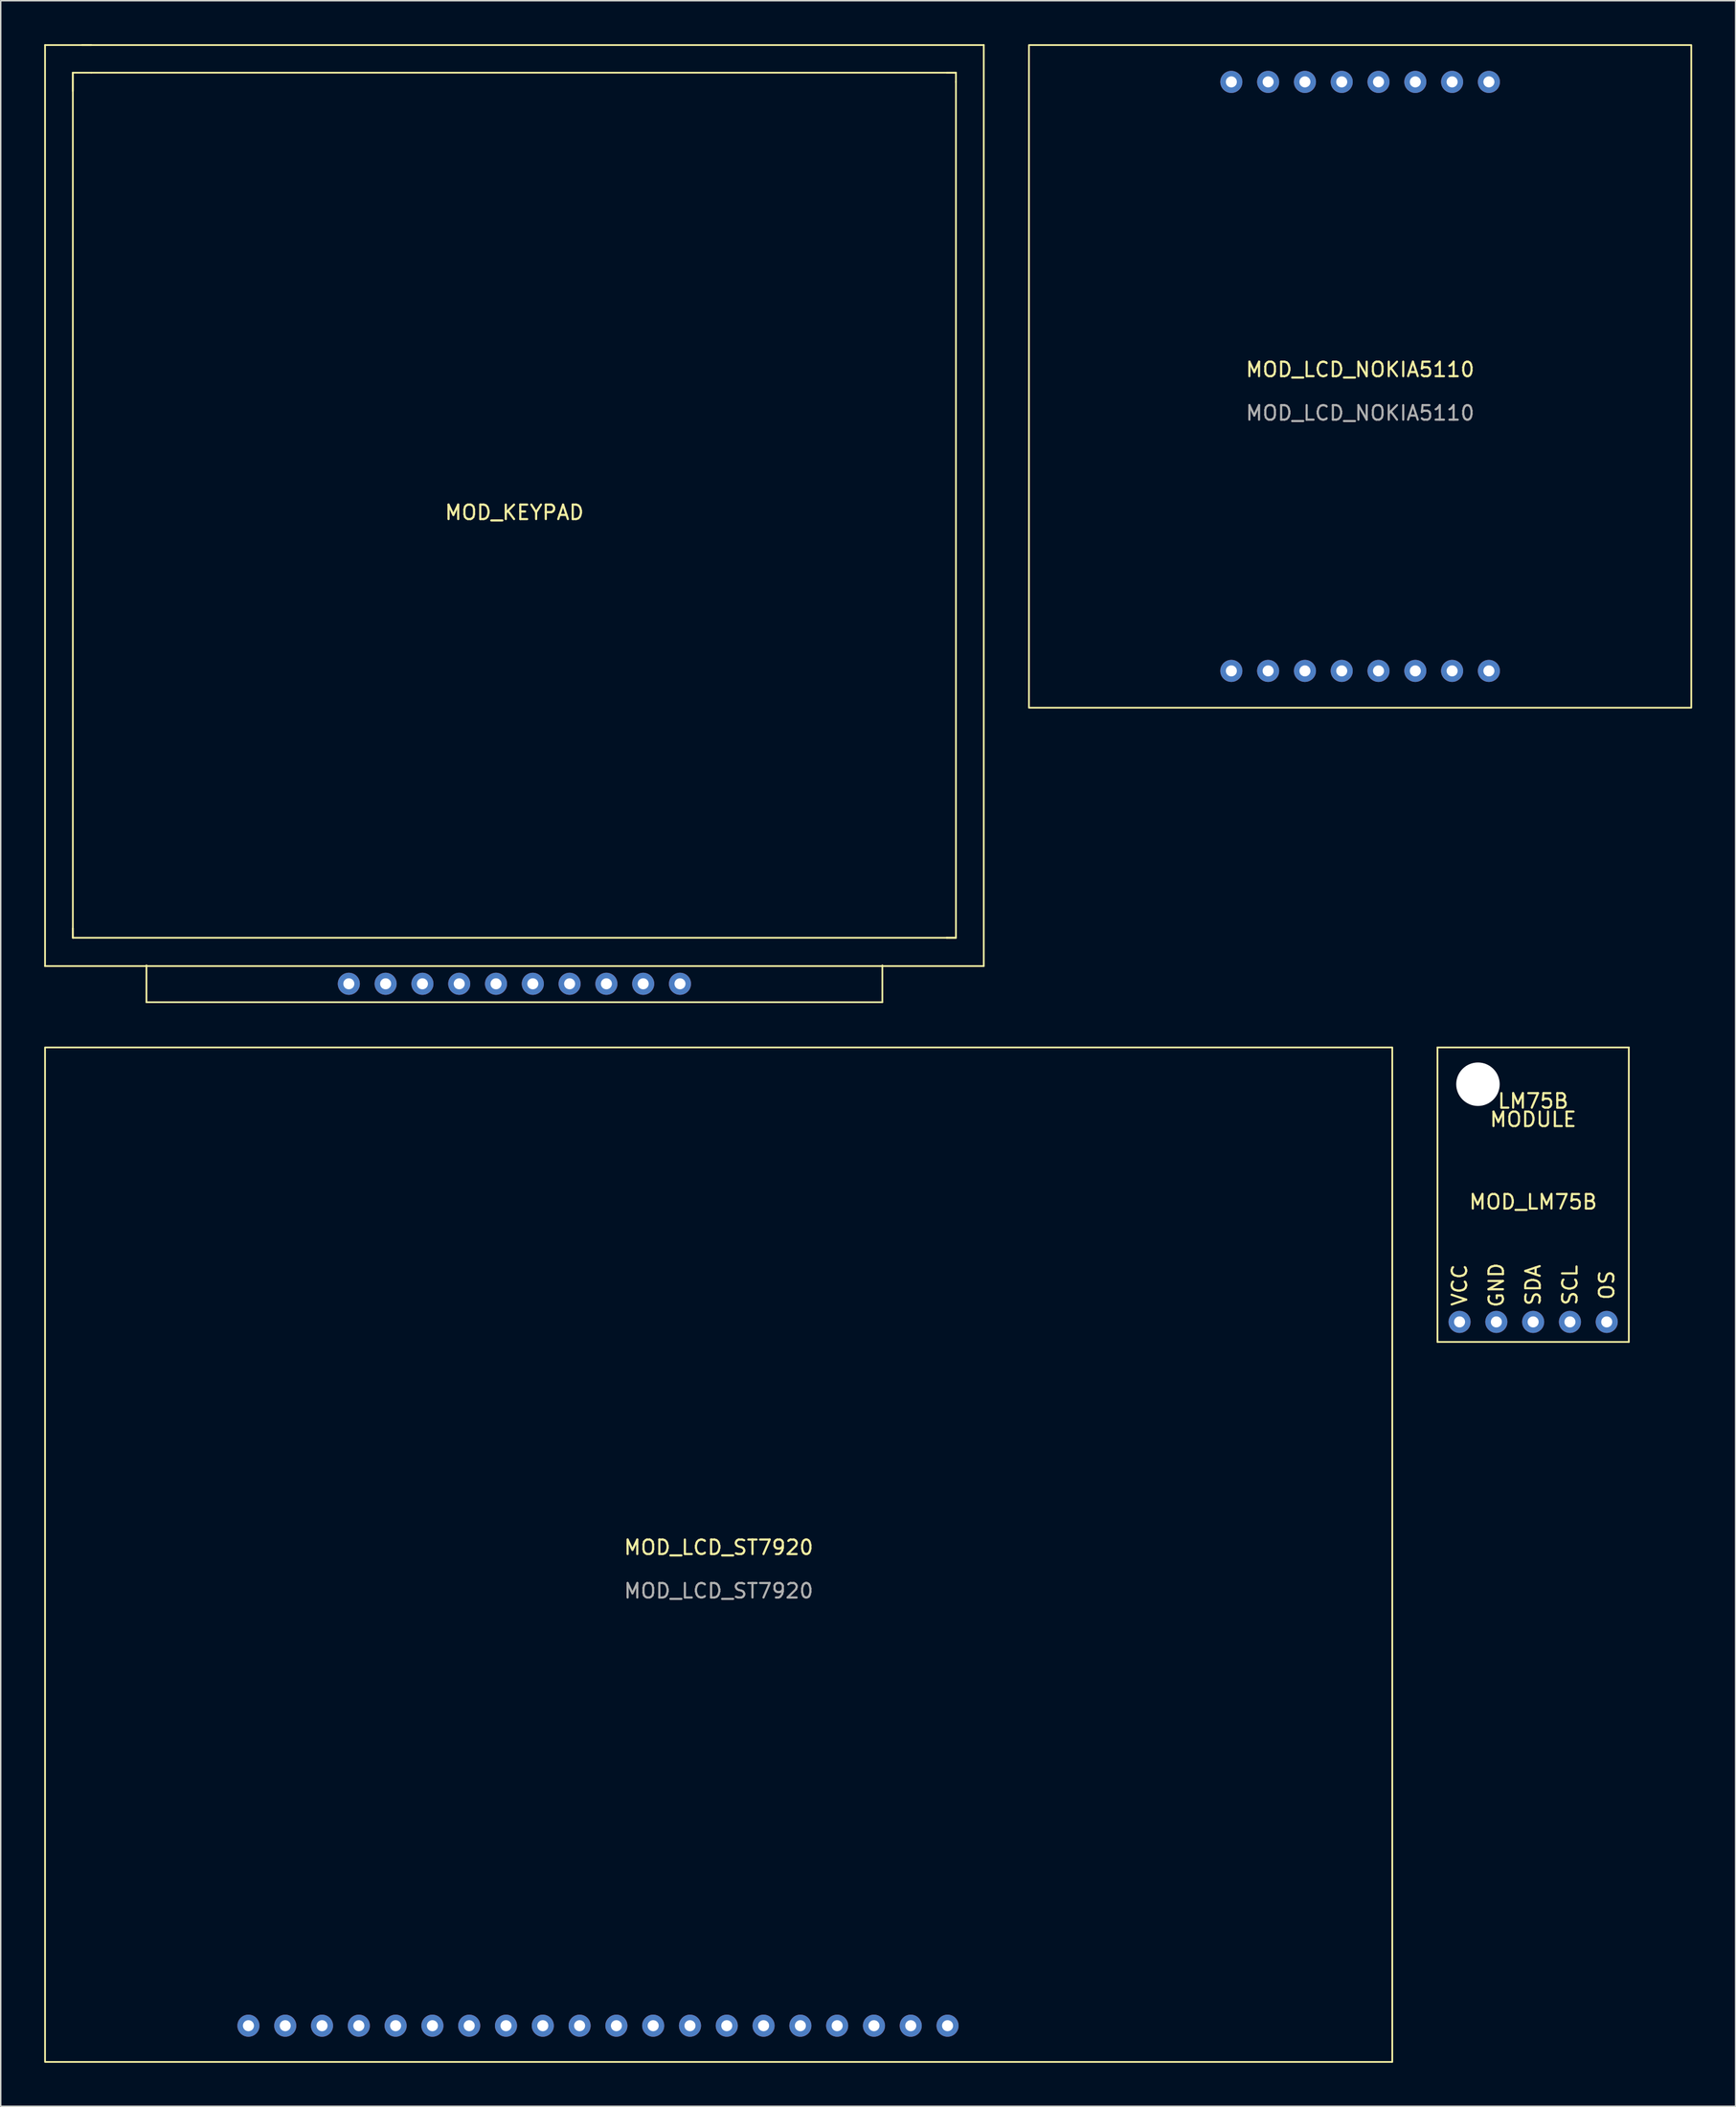
<source format=kicad_pcb>
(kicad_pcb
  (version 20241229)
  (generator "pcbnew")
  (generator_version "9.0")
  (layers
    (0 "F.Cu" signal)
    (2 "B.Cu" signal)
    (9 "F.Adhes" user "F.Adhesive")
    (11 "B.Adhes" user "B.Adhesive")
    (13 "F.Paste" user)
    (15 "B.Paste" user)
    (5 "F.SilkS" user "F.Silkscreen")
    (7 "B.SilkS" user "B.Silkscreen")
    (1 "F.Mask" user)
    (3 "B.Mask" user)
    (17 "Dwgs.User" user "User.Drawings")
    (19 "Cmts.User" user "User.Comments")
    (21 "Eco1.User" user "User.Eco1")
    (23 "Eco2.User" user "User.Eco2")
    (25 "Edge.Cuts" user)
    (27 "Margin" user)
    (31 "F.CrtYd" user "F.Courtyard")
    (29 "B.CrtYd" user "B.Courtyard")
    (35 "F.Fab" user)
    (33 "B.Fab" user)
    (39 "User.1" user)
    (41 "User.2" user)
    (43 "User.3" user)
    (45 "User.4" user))
  (footprint "MOD_LCD_NOKIA5110"
    (layer "F.Cu")
    (at 90.84 24.22)
    (property "Reference" "MOD_LCD_NOKIA5110" (at 0 -1.77 0) (unlocked yes) (layer "F.SilkS") (effects (font (size 1 1) (thickness 0.15))))
    (attr smd)
    (fp_rect (start -22.86 -24.16) (end 22.86 21.56) (stroke (width 0.12) (type solid)) (fill no) (layer "F.SilkS"))
    (fp_text user "${REFERENCE}" (at 0 1.23 0) (unlocked yes) (layer "F.Fab") (effects (font (size 1 1) (thickness 0.15))))
    (pad "1" thru_hole circle (at -8.89 -21.62) (size 1.524 1.524) (drill 0.762) (layers "*.Cu" "*.Mask"))
    (pad "1" thru_hole circle (at -8.89 19.02) (size 1.524 1.524) (drill 0.762) (layers "*.Cu" "*.Mask"))
    (pad "2" thru_hole circle (at -6.35 -21.62) (size 1.524 1.524) (drill 0.762) (layers "*.Cu" "*.Mask"))
    (pad "2" thru_hole circle (at -6.35 19.02) (size 1.524 1.524) (drill 0.762) (layers "*.Cu" "*.Mask"))
    (pad "3" thru_hole circle (at -3.81 -21.62) (size 1.524 1.524) (drill 0.762) (layers "*.Cu" "*.Mask"))
    (pad "3" thru_hole circle (at -3.81 19.02) (size 1.524 1.524) (drill 0.762) (layers "*.Cu" "*.Mask"))
    (pad "4" thru_hole circle (at -1.27 -21.62) (size 1.524 1.524) (drill 0.762) (layers "*.Cu" "*.Mask"))
    (pad "4" thru_hole circle (at -1.27 19.02) (size 1.524 1.524) (drill 0.762) (layers "*.Cu" "*.Mask"))
    (pad "5" thru_hole circle (at 1.27 -21.62) (size 1.524 1.524) (drill 0.762) (layers "*.Cu" "*.Mask"))
    (pad "5" thru_hole circle (at 1.27 19.02) (size 1.524 1.524) (drill 0.762) (layers "*.Cu" "*.Mask"))
    (pad "6" thru_hole circle (at 3.81 -21.62) (size 1.524 1.524) (drill 0.762) (layers "*.Cu" "*.Mask"))
    (pad "6" thru_hole circle (at 3.81 19.02) (size 1.524 1.524) (drill 0.762) (layers "*.Cu" "*.Mask"))
    (pad "7" thru_hole circle (at 6.35 -21.62) (size 1.524 1.524) (drill 0.762) (layers "*.Cu" "*.Mask"))
    (pad "7" thru_hole circle (at 6.35 19.02) (size 1.524 1.524) (drill 0.762) (layers "*.Cu" "*.Mask"))
    (pad "8" thru_hole circle (at 8.89 -21.62) (size 1.524 1.524) (drill 0.762) (layers "*.Cu" "*.Mask"))
    (pad "8" thru_hole circle (at 8.89 19.02) (size 1.524 1.524) (drill 0.762) (layers "*.Cu" "*.Mask")))
  (footprint "MOD_KEYPAD"
    (layer "F.Cu")
    (at 32.46 31.81)
    (property "Reference" "MOD_KEYPAD" (at 0 0.5 0) (layer "F.SilkS") (effects (font (size 1 1) (thickness 0.15))))
    (attr through_hole)
    (fp_line (start -32.4 -31.75) (end 32.4 -31.75) (stroke (width 0.12) (type solid)) (layer "F.SilkS"))
    (fp_line (start -32.4 31.8) (end -32.4 -31.75) (stroke (width 0.12) (type solid)) (layer "F.SilkS"))
    (fp_line (start -32.4 31.8) (end 32.4 31.8) (stroke (width 0.12) (type solid)) (layer "F.SilkS"))
    (fp_line (start -30.48 -29.845) (end -30.48 29.21) (stroke (width 0.12) (type solid)) (layer "F.SilkS"))
    (fp_line (start -30.48 -29.845) (end -29.21 -29.845) (stroke (width 0.12) (type solid)) (layer "F.SilkS"))
    (fp_line (start -30.48 -28.575) (end -30.48 -29.845) (stroke (width 0.12) (type solid)) (layer "F.SilkS"))
    (fp_line (start -30.48 29.21) (end -30.48 29.845) (stroke (width 0.12) (type solid)) (layer "F.SilkS"))
    (fp_line (start -30.48 29.845) (end -30.48 29.21) (stroke (width 0.12) (type solid)) (layer "F.SilkS"))
    (fp_line (start -30.48 29.845) (end 29.845 29.845) (stroke (width 0.12) (type solid)) (layer "F.SilkS"))
    (fp_line (start -29.21 -31.75) (end -29.845 -31.75) (stroke (width 0.12) (type solid)) (layer "F.SilkS"))
    (fp_line (start -29.21 -29.845) (end 30.48 -29.845) (stroke (width 0.12) (type solid)) (layer "F.SilkS"))
    (fp_line (start -25.4 31.75) (end -25.4 34.29) (stroke (width 0.12) (type solid)) (layer "F.SilkS"))
    (fp_line (start -25.4 34.29) (end 25.4 34.29) (stroke (width 0.12) (type solid)) (layer "F.SilkS"))
    (fp_line (start 25.4 34.29) (end 25.4 31.75) (stroke (width 0.12) (type solid)) (layer "F.SilkS"))
    (fp_line (start 29.845 29.845) (end 30.48 29.845) (stroke (width 0.12) (type solid)) (layer "F.SilkS"))
    (fp_line (start 30.48 -29.845) (end 29.845 -29.845) (stroke (width 0.12) (type solid)) (layer "F.SilkS"))
    (fp_line (start 30.48 -29.845) (end 30.48 -29.21) (stroke (width 0.12) (type solid)) (layer "F.SilkS"))
    (fp_line (start 30.48 29.845) (end 29.845 29.845) (stroke (width 0.12) (type solid)) (layer "F.SilkS"))
    (fp_line (start 30.48 29.845) (end 30.48 -29.21) (stroke (width 0.12) (type solid)) (layer "F.SilkS"))
    (fp_line (start 32.4 -31.75) (end 32.4 31.8) (stroke (width 0.12) (type solid)) (layer "F.SilkS"))
    (pad "1" thru_hole circle (at -11.43 33.02) (size 1.524 1.524) (drill 0.762) (layers "*.Cu" "*.Mask"))
    (pad "2" thru_hole circle (at -8.89 33.02) (size 1.524 1.524) (drill 0.762) (layers "*.Cu" "*.Mask"))
    (pad "3" thru_hole circle (at -6.35 33.02) (size 1.524 1.524) (drill 0.762) (layers "*.Cu" "*.Mask"))
    (pad "4" thru_hole circle (at -3.81 33.02) (size 1.524 1.524) (drill 0.762) (layers "*.Cu" "*.Mask"))
    (pad "5" thru_hole circle (at -1.27 33.02) (size 1.524 1.524) (drill 0.762) (layers "*.Cu" "*.Mask"))
    (pad "6" thru_hole circle (at 1.27 33.02) (size 1.524 1.524) (drill 0.762) (layers "*.Cu" "*.Mask"))
    (pad "7" thru_hole circle (at 3.81 33.02) (size 1.524 1.524) (drill 0.762) (layers "*.Cu" "*.Mask"))
    (pad "8" thru_hole circle (at 6.35 33.02) (size 1.524 1.524) (drill 0.762) (layers "*.Cu" "*.Mask"))
    (pad "9" thru_hole circle (at 8.89 33.02) (size 1.524 1.524) (drill 0.762) (layers "*.Cu" "*.Mask"))
    (pad "10" thru_hole circle (at 11.43 33.02) (size 1.524 1.524) (drill 0.762) (layers "*.Cu" "*.Mask")))
  (footprint "MOD_LCD_ST7920"
    (layer "F.Cu")
    (at 46.56 104.22)
    (property "Reference" "MOD_LCD_ST7920" (at 0 -0.5 0) (unlocked yes) (layer "F.SilkS") (effects (font (size 1 1) (thickness 0.15))))
    (attr through_hole)
    (fp_rect (start -46.5 -35) (end 46.5 35) (stroke (width 0.12) (type solid)) (fill no) (layer "F.SilkS"))
    (fp_text user "${REFERENCE}" (at 0 2.5 0) (unlocked yes) (layer "F.Fab") (effects (font (size 1 1) (thickness 0.15))))
    (pad "1" thru_hole circle (at 15.8 32.5) (size 1.524 1.524) (drill 0.762) (layers "*.Cu" "*.Mask"))
    (pad "2" thru_hole circle (at 13.26 32.5) (size 1.524 1.524) (drill 0.762) (layers "*.Cu" "*.Mask"))
    (pad "3" thru_hole circle (at 10.72 32.5) (size 1.524 1.524) (drill 0.762) (layers "*.Cu" "*.Mask"))
    (pad "4" thru_hole circle (at 8.18 32.5) (size 1.524 1.524) (drill 0.762) (layers "*.Cu" "*.Mask"))
    (pad "5" thru_hole circle (at 5.64 32.5) (size 1.524 1.524) (drill 0.762) (layers "*.Cu" "*.Mask"))
    (pad "6" thru_hole circle (at 3.1 32.5) (size 1.524 1.524) (drill 0.762) (layers "*.Cu" "*.Mask"))
    (pad "7" thru_hole circle (at 0.56 32.5) (size 1.524 1.524) (drill 0.762) (layers "*.Cu" "*.Mask"))
    (pad "8" thru_hole circle (at -1.98 32.5) (size 1.524 1.524) (drill 0.762) (layers "*.Cu" "*.Mask"))
    (pad "9" thru_hole circle (at -4.52 32.5) (size 1.524 1.524) (drill 0.762) (layers "*.Cu" "*.Mask"))
    (pad "10" thru_hole circle (at -7.06 32.5) (size 1.524 1.524) (drill 0.762) (layers "*.Cu" "*.Mask"))
    (pad "11" thru_hole circle (at -9.6 32.5) (size 1.524 1.524) (drill 0.762) (layers "*.Cu" "*.Mask"))
    (pad "12" thru_hole circle (at -12.14 32.5) (size 1.524 1.524) (drill 0.762) (layers "*.Cu" "*.Mask"))
    (pad "13" thru_hole circle (at -14.68 32.5) (size 1.524 1.524) (drill 0.762) (layers "*.Cu" "*.Mask"))
    (pad "14" thru_hole circle (at -17.22 32.5) (size 1.524 1.524) (drill 0.762) (layers "*.Cu" "*.Mask"))
    (pad "15" thru_hole circle (at -19.76 32.5) (size 1.524 1.524) (drill 0.762) (layers "*.Cu" "*.Mask"))
    (pad "16" thru_hole circle (at -22.3 32.5) (size 1.524 1.524) (drill 0.762) (layers "*.Cu" "*.Mask"))
    (pad "17" thru_hole circle (at -24.84 32.5) (size 1.524 1.524) (drill 0.762) (layers "*.Cu" "*.Mask"))
    (pad "18" thru_hole circle (at -27.38 32.5) (size 1.524 1.524) (drill 0.762) (layers "*.Cu" "*.Mask"))
    (pad "19" thru_hole circle (at -29.92 32.5) (size 1.524 1.524) (drill 0.762) (layers "*.Cu" "*.Mask"))
    (pad "20" thru_hole circle (at -32.46 32.5) (size 1.524 1.524) (drill 0.762) (layers "*.Cu" "*.Mask")))
  (footprint "MOD_LM75B"
    (layer "F.Cu")
    (at 102.784 79.38)
    (property "Reference" "MOD_LM75B" (at 0 0.5 0) (layer "F.SilkS") (effects (font (size 1 1) (thickness 0.15))))
    (attr through_hole)
    (fp_line (start -6.604 -10.16) (end 6.604 -10.16) (stroke (width 0.12) (type solid)) (layer "F.SilkS"))
    (fp_line (start -6.604 10.16) (end -6.604 -10.16) (stroke (width 0.12) (type solid)) (layer "F.SilkS"))
    (fp_line (start 6.604 -10.16) (end 6.604 10.16) (stroke (width 0.12) (type solid)) (layer "F.SilkS"))
    (fp_line (start 6.604 10.16) (end -6.604 10.16) (stroke (width 0.12) (type solid)) (layer "F.SilkS"))
    (fp_text user "GND" (at -2.54 6.24 90) (layer "F.SilkS") (effects (font (size 1 1) (thickness 0.15))))
    (fp_text user "SCL" (at 2.54 6.24 90) (layer "F.SilkS") (effects (font (size 1 1) (thickness 0.15))))
    (fp_text user "OS" (at 5.08 6.24 90) (layer "F.SilkS") (effects (font (size 1 1) (thickness 0.15))))
    (fp_text user "MODULE" (at 0 -5.19 0) (layer "F.SilkS") (effects (font (size 1 1) (thickness 0.15))))
    (fp_text user "SDA" (at 0 6.24 90) (layer "F.SilkS") (effects (font (size 1 1) (thickness 0.15))))
    (fp_text user "LM75B" (at 0 -6.46 0) (layer "F.SilkS") (effects (font (size 1 1) (thickness 0.15))))
    (fp_text user "VCC" (at -5.08 6.24 90) (layer "F.SilkS") (effects (font (size 1 1) (thickness 0.15))))
    (pad "" np_thru_hole circle (at -3.81 -7.62) (size 3 3) (drill 3) (layers "*.Cu" "*.Mask"))
    (pad "1" thru_hole circle (at -5.08 8.78) (size 1.524 1.524) (drill 0.762) (layers "*.Cu" "*.Mask"))
    (pad "2" thru_hole circle (at -2.54 8.78) (size 1.524 1.524) (drill 0.762) (layers "*.Cu" "*.Mask"))
    (pad "3" thru_hole circle (at 0 8.78) (size 1.524 1.524) (drill 0.762) (layers "*.Cu" "*.Mask"))
    (pad "4" thru_hole circle (at 2.54 8.78) (size 1.524 1.524) (drill 0.762) (layers "*.Cu" "*.Mask"))
    (pad "5" thru_hole circle (at 5.08 8.78) (size 1.524 1.524) (drill 0.762) (layers "*.Cu" "*.Mask")))
  (gr_rect
    (start -3 -3)
    (end 116.76 142.28)
    (stroke (width 0.1) (type default))
    (fill no)
    (layer "Edge.Cuts")))
</source>
